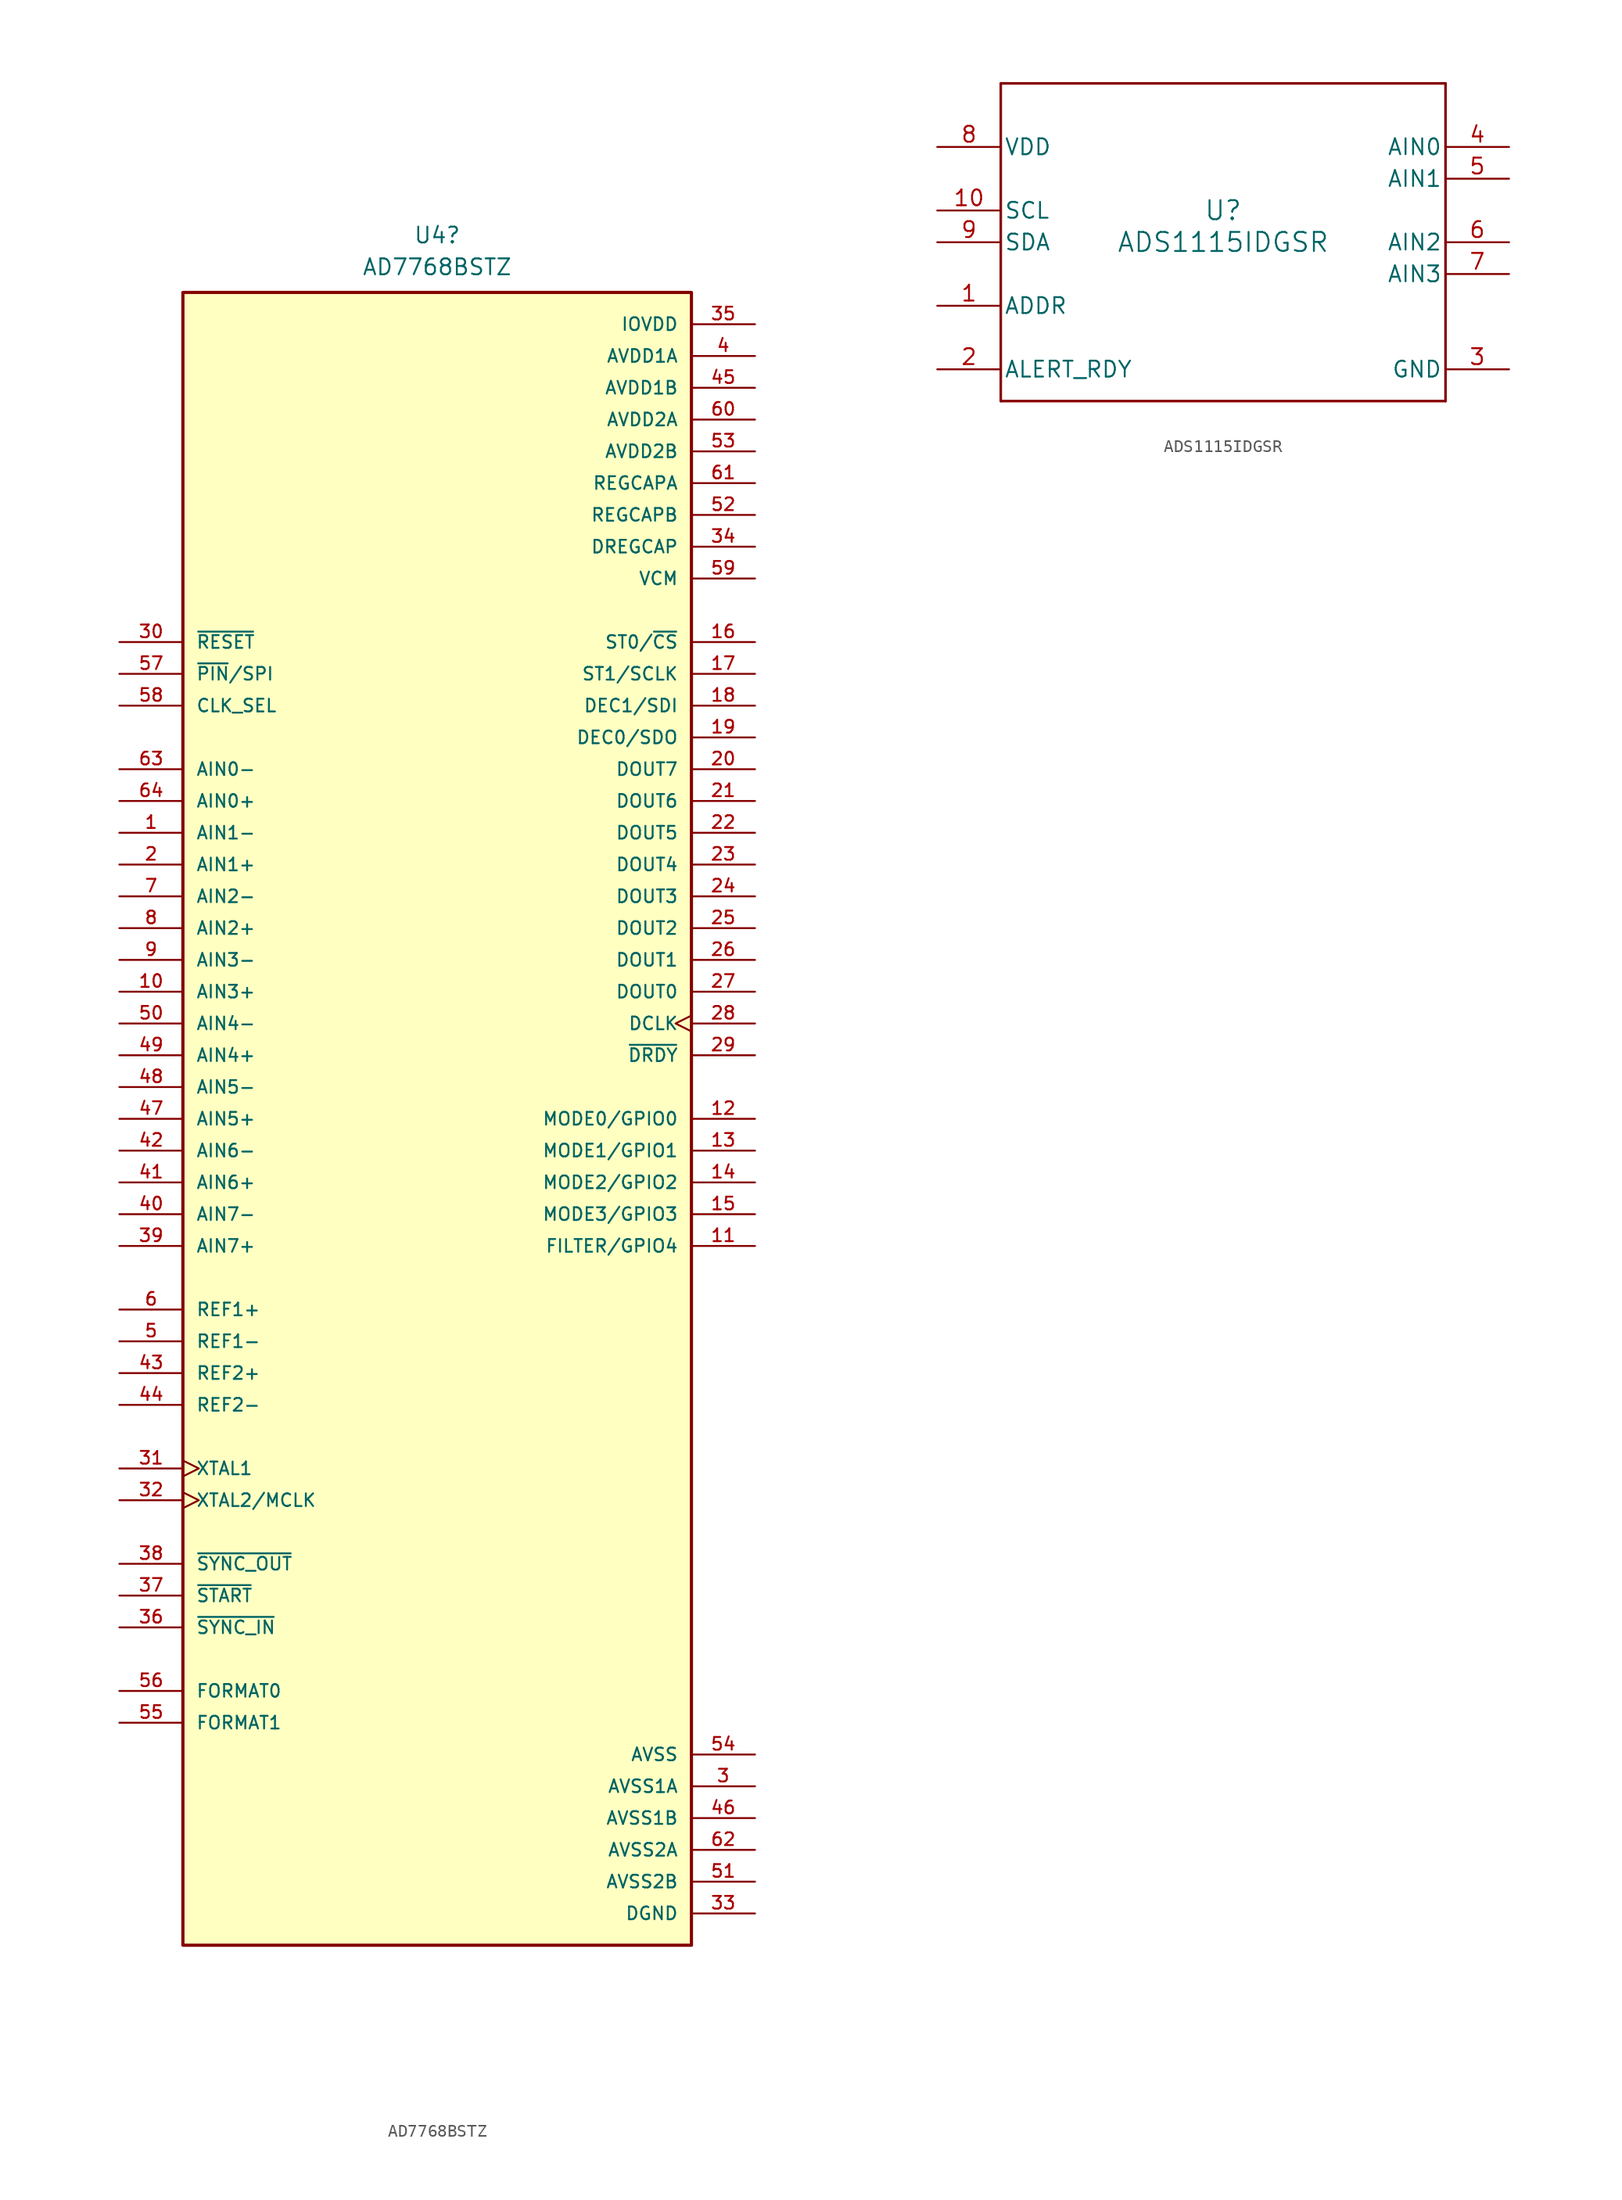
<source format=kicad_sym>
(kicad_symbol_lib
  (version 20220914)
  (generator kicad_symbol_editor)
  (symbol "AD7768BSTZ"
    (pin_names
      (offset 1.016))
    (property "Reference" "U4"
      (at 0 70.612 0)
      (effects (font (size 1.27 1.27))))
    (property "Value" "AD7768BSTZ"
      (at 0 68.072 0)
      (effects (font (size 1.27 1.27))))
    (symbol "AD7768BSTZ_0_0"
      (rectangle (start -20.32 -66.04) (end 20.32 66.04) (stroke (width 0.254) (type default)) (fill (type background)))
      (pin input line (at -25.4 22.86 0) (length 5.08) (name "AIN1-" (effects (font (size 1.016 1.016)))) (number "1" (effects (font (size 1.016 1.016)))))
      (pin input line (at -25.4 10.16 0) (length 5.08) (name "AIN3+" (effects (font (size 1.016 1.016)))) (number "10" (effects (font (size 1.016 1.016)))))
      (pin bidirectional line (at 25.4 -10.16 180) (length 5.08) (name "FILTER/GPIO4" (effects (font (size 1.016 1.016)))) (number "11" (effects (font (size 1.016 1.016)))))
      (pin bidirectional line (at 25.4 0 180) (length 5.08) (name "MODE0/GPIO0" (effects (font (size 1.016 1.016)))) (number "12" (effects (font (size 1.016 1.016)))))
      (pin bidirectional line (at 25.4 -2.54 180) (length 5.08) (name "MODE1/GPIO1" (effects (font (size 1.016 1.016)))) (number "13" (effects (font (size 1.016 1.016)))))
      (pin bidirectional line (at 25.4 -5.08 180) (length 5.08) (name "MODE2/GPIO2" (effects (font (size 1.016 1.016)))) (number "14" (effects (font (size 1.016 1.016)))))
      (pin bidirectional line (at 25.4 -7.62 180) (length 5.08) (name "MODE3/GPIO3" (effects (font (size 1.016 1.016)))) (number "15" (effects (font (size 1.016 1.016)))))
      (pin input line (at 25.4 38.1 180) (length 5.08) (name "ST0/~{CS}" (effects (font (size 1.016 1.016)))) (number "16" (effects (font (size 1.016 1.016)))))
      (pin input line (at 25.4 35.56 180) (length 5.08) (name "ST1/SCLK" (effects (font (size 1.016 1.016)))) (number "17" (effects (font (size 1.016 1.016)))))
      (pin input line (at 25.4 33.02 180) (length 5.08) (name "DEC1/SDI" (effects (font (size 1.016 1.016)))) (number "18" (effects (font (size 1.016 1.016)))))
      (pin bidirectional line (at 25.4 30.48 180) (length 5.08) (name "DEC0/SDO" (effects (font (size 1.016 1.016)))) (number "19" (effects (font (size 1.016 1.016)))))
      (pin input line (at -25.4 20.32 0) (length 5.08) (name "AIN1+" (effects (font (size 1.016 1.016)))) (number "2" (effects (font (size 1.016 1.016)))))
      (pin bidirectional line (at 25.4 27.94 180) (length 5.08) (name "DOUT7" (effects (font (size 1.016 1.016)))) (number "20" (effects (font (size 1.016 1.016)))))
      (pin bidirectional line (at 25.4 25.4 180) (length 5.08) (name "DOUT6" (effects (font (size 1.016 1.016)))) (number "21" (effects (font (size 1.016 1.016)))))
      (pin output line (at 25.4 22.86 180) (length 5.08) (name "DOUT5" (effects (font (size 1.016 1.016)))) (number "22" (effects (font (size 1.016 1.016)))))
      (pin output line (at 25.4 20.32 180) (length 5.08) (name "DOUT4" (effects (font (size 1.016 1.016)))) (number "23" (effects (font (size 1.016 1.016)))))
      (pin output line (at 25.4 17.78 180) (length 5.08) (name "DOUT3" (effects (font (size 1.016 1.016)))) (number "24" (effects (font (size 1.016 1.016)))))
      (pin output line (at 25.4 15.24 180) (length 5.08) (name "DOUT2" (effects (font (size 1.016 1.016)))) (number "25" (effects (font (size 1.016 1.016)))))
      (pin output line (at 25.4 12.7 180) (length 5.08) (name "DOUT1" (effects (font (size 1.016 1.016)))) (number "26" (effects (font (size 1.016 1.016)))))
      (pin output line (at 25.4 10.16 180) (length 5.08) (name "DOUT0" (effects (font (size 1.016 1.016)))) (number "27" (effects (font (size 1.016 1.016)))))
      (pin output clock (at 25.4 7.62 180) (length 5.08) (name "DCLK" (effects (font (size 1.016 1.016)))) (number "28" (effects (font (size 1.016 1.016)))))
      (pin output line (at 25.4 5.08 180) (length 5.08) (name "~{DRDY}" (effects (font (size 1.016 1.016)))) (number "29" (effects (font (size 1.016 1.016)))))
      (pin power_in line (at 25.4 -53.34 180) (length 5.08) (name "AVSS1A" (effects (font (size 1.016 1.016)))) (number "3" (effects (font (size 1.016 1.016)))))
      (pin input line (at -25.4 38.1 0) (length 5.08) (name "~{RESET}" (effects (font (size 1.016 1.016)))) (number "30" (effects (font (size 1.016 1.016)))))
      (pin input clock (at -25.4 -27.94 0) (length 5.08) (name "XTAL1" (effects (font (size 1.016 1.016)))) (number "31" (effects (font (size 1.016 1.016)))))
      (pin input clock (at -25.4 -30.48 0) (length 5.08) (name "XTAL2/MCLK" (effects (font (size 1.016 1.016)))) (number "32" (effects (font (size 1.016 1.016)))))
      (pin power_in line (at 25.4 -63.5 180) (length 5.08) (name "DGND" (effects (font (size 1.016 1.016)))) (number "33" (effects (font (size 1.016 1.016)))))
      (pin power_in line (at 25.4 45.72 180) (length 5.08) (name "DREGCAP" (effects (font (size 1.016 1.016)))) (number "34" (effects (font (size 1.016 1.016)))))
      (pin power_in line (at 25.4 63.5 180) (length 5.08) (name "IOVDD" (effects (font (size 1.016 1.016)))) (number "35" (effects (font (size 1.016 1.016)))))
      (pin input line (at -25.4 -40.64 0) (length 5.08) (name "~{SYNC_IN}" (effects (font (size 1.016 1.016)))) (number "36" (effects (font (size 1.016 1.016)))))
      (pin input line (at -25.4 -38.1 0) (length 5.08) (name "~{START}" (effects (font (size 1.016 1.016)))) (number "37" (effects (font (size 1.016 1.016)))))
      (pin output line (at -25.4 -35.56 0) (length 5.08) (name "~{SYNC_OUT}" (effects (font (size 1.016 1.016)))) (number "38" (effects (font (size 1.016 1.016)))))
      (pin input line (at -25.4 -10.16 0) (length 5.08) (name "AIN7+" (effects (font (size 1.016 1.016)))) (number "39" (effects (font (size 1.016 1.016)))))
      (pin power_in line (at 25.4 60.96 180) (length 5.08) (name "AVDD1A" (effects (font (size 1.016 1.016)))) (number "4" (effects (font (size 1.016 1.016)))))
      (pin input line (at -25.4 -7.62 0) (length 5.08) (name "AIN7-" (effects (font (size 1.016 1.016)))) (number "40" (effects (font (size 1.016 1.016)))))
      (pin input line (at -25.4 -5.08 0) (length 5.08) (name "AIN6+" (effects (font (size 1.016 1.016)))) (number "41" (effects (font (size 1.016 1.016)))))
      (pin input line (at -25.4 -2.54 0) (length 5.08) (name "AIN6-" (effects (font (size 1.016 1.016)))) (number "42" (effects (font (size 1.016 1.016)))))
      (pin input line (at -25.4 -20.32 0) (length 5.08) (name "REF2+" (effects (font (size 1.016 1.016)))) (number "43" (effects (font (size 1.016 1.016)))))
      (pin input line (at -25.4 -22.86 0) (length 5.08) (name "REF2-" (effects (font (size 1.016 1.016)))) (number "44" (effects (font (size 1.016 1.016)))))
      (pin power_in line (at 25.4 58.42 180) (length 5.08) (name "AVDD1B" (effects (font (size 1.016 1.016)))) (number "45" (effects (font (size 1.016 1.016)))))
      (pin power_in line (at 25.4 -55.88 180) (length 5.08) (name "AVSS1B" (effects (font (size 1.016 1.016)))) (number "46" (effects (font (size 1.016 1.016)))))
      (pin input line (at -25.4 0 0) (length 5.08) (name "AIN5+" (effects (font (size 1.016 1.016)))) (number "47" (effects (font (size 1.016 1.016)))))
      (pin input line (at -25.4 2.54 0) (length 5.08) (name "AIN5-" (effects (font (size 1.016 1.016)))) (number "48" (effects (font (size 1.016 1.016)))))
      (pin input line (at -25.4 5.08 0) (length 5.08) (name "AIN4+" (effects (font (size 1.016 1.016)))) (number "49" (effects (font (size 1.016 1.016)))))
      (pin input line (at -25.4 -17.78 0) (length 5.08) (name "REF1-" (effects (font (size 1.016 1.016)))) (number "5" (effects (font (size 1.016 1.016)))))
      (pin input line (at -25.4 7.62 0) (length 5.08) (name "AIN4-" (effects (font (size 1.016 1.016)))) (number "50" (effects (font (size 1.016 1.016)))))
      (pin power_in line (at 25.4 -60.96 180) (length 5.08) (name "AVSS2B" (effects (font (size 1.016 1.016)))) (number "51" (effects (font (size 1.016 1.016)))))
      (pin power_in line (at 25.4 48.26 180) (length 5.08) (name "REGCAPB" (effects (font (size 1.016 1.016)))) (number "52" (effects (font (size 1.016 1.016)))))
      (pin power_in line (at 25.4 53.34 180) (length 5.08) (name "AVDD2B" (effects (font (size 1.016 1.016)))) (number "53" (effects (font (size 1.016 1.016)))))
      (pin power_in line (at 25.4 -50.8 180) (length 5.08) (name "AVSS" (effects (font (size 1.016 1.016)))) (number "54" (effects (font (size 1.016 1.016)))))
      (pin input line (at -25.4 -48.26 0) (length 5.08) (name "FORMAT1" (effects (font (size 1.016 1.016)))) (number "55" (effects (font (size 1.016 1.016)))))
      (pin input line (at -25.4 -45.72 0) (length 5.08) (name "FORMAT0" (effects (font (size 1.016 1.016)))) (number "56" (effects (font (size 1.016 1.016)))))
      (pin input line (at -25.4 35.56 0) (length 5.08) (name "~{PIN}/SPI" (effects (font (size 1.016 1.016)))) (number "57" (effects (font (size 1.016 1.016)))))
      (pin input line (at -25.4 33.02 0) (length 5.08) (name "CLK_SEL" (effects (font (size 1.016 1.016)))) (number "58" (effects (font (size 1.016 1.016)))))
      (pin power_in line (at 25.4 43.18 180) (length 5.08) (name "VCM" (effects (font (size 1.016 1.016)))) (number "59" (effects (font (size 1.016 1.016)))))
      (pin input line (at -25.4 -15.24 0) (length 5.08) (name "REF1+" (effects (font (size 1.016 1.016)))) (number "6" (effects (font (size 1.016 1.016)))))
      (pin power_in line (at 25.4 55.88 180) (length 5.08) (name "AVDD2A" (effects (font (size 1.016 1.016)))) (number "60" (effects (font (size 1.016 1.016)))))
      (pin power_in line (at 25.4 50.8 180) (length 5.08) (name "REGCAPA" (effects (font (size 1.016 1.016)))) (number "61" (effects (font (size 1.016 1.016)))))
      (pin power_in line (at 25.4 -58.42 180) (length 5.08) (name "AVSS2A" (effects (font (size 1.016 1.016)))) (number "62" (effects (font (size 1.016 1.016)))))
      (pin input line (at -25.4 27.94 0) (length 5.08) (name "AIN0-" (effects (font (size 1.016 1.016)))) (number "63" (effects (font (size 1.016 1.016)))))
      (pin input line (at -25.4 25.4 0) (length 5.08) (name "AIN0+" (effects (font (size 1.016 1.016)))) (number "64" (effects (font (size 1.016 1.016)))))
      (pin input line (at -25.4 17.78 0) (length 5.08) (name "AIN2-" (effects (font (size 1.016 1.016)))) (number "7" (effects (font (size 1.016 1.016)))))
      (pin input line (at -25.4 15.24 0) (length 5.08) (name "AIN2+" (effects (font (size 1.016 1.016)))) (number "8" (effects (font (size 1.016 1.016)))))
      (pin input line (at -25.4 12.7 0) (length 5.08) (name "AIN3-" (effects (font (size 1.016 1.016)))) (number "9" (effects (font (size 1.016 1.016)))))))
  (symbol "ADS1115IDGSR"
    (pin_names
      (offset 0.254))
    (property "Reference" "U"
      (at 0 2.54 0)
      (effects (font (size 1.524 1.524))))
    (property "Value" "ADS1115IDGSR"
      (at 0 0 0)
      (effects (font (size 1.524 1.524))))
    (symbol "ADS1115IDGSR_0_1"
      (polyline (pts (xy -17.78 -12.7) (xy 17.78 -12.7)) (stroke (width 0.203) (type default)) (fill (type none)))
      (polyline (pts (xy -17.78 12.7) (xy -17.78 -12.7)) (stroke (width 0.203) (type default)) (fill (type none)))
      (polyline (pts (xy 17.78 -12.7) (xy 17.78 12.7)) (stroke (width 0.203) (type default)) (fill (type none)))
      (polyline (pts (xy 17.78 12.7) (xy -17.78 12.7)) (stroke (width 0.203) (type default)) (fill (type none)))
      (pin input line (at -22.86 -5.08 0) (length 5.08) (name "ADDR" (effects (font (size 1.27 1.27)))) (number "1" (effects (font (size 1.27 1.27)))))
      (pin input line (at -22.86 2.54 0) (length 5.08) (name "SCL" (effects (font (size 1.27 1.27)))) (number "10" (effects (font (size 1.27 1.27)))))
      (pin output line (at -22.86 -10.16 0) (length 5.08) (name "ALERT_RDY" (effects (font (size 1.27 1.27)))) (number "2" (effects (font (size 1.27 1.27)))))
      (pin power_in line (at 22.86 -10.16 180) (length 5.08) (name "GND" (effects (font (size 1.27 1.27)))) (number "3" (effects (font (size 1.27 1.27)))))
      (pin input line (at 22.86 7.62 180) (length 5.08) (name "AIN0" (effects (font (size 1.27 1.27)))) (number "4" (effects (font (size 1.27 1.27)))))
      (pin input line (at 22.86 5.08 180) (length 5.08) (name "AIN1" (effects (font (size 1.27 1.27)))) (number "5" (effects (font (size 1.27 1.27)))))
      (pin input line (at 22.86 0 180) (length 5.08) (name "AIN2" (effects (font (size 1.27 1.27)))) (number "6" (effects (font (size 1.27 1.27)))))
      (pin input line (at 22.86 -2.54 180) (length 5.08) (name "AIN3" (effects (font (size 1.27 1.27)))) (number "7" (effects (font (size 1.27 1.27)))))
      (pin power_in line (at -22.86 7.62 0) (length 5.08) (name "VDD" (effects (font (size 1.27 1.27)))) (number "8" (effects (font (size 1.27 1.27)))))
      (pin bidirectional line (at -22.86 0 0) (length 5.08) (name "SDA" (effects (font (size 1.27 1.27)))) (number "9" (effects (font (size 1.27 1.27))))))))
</source>
